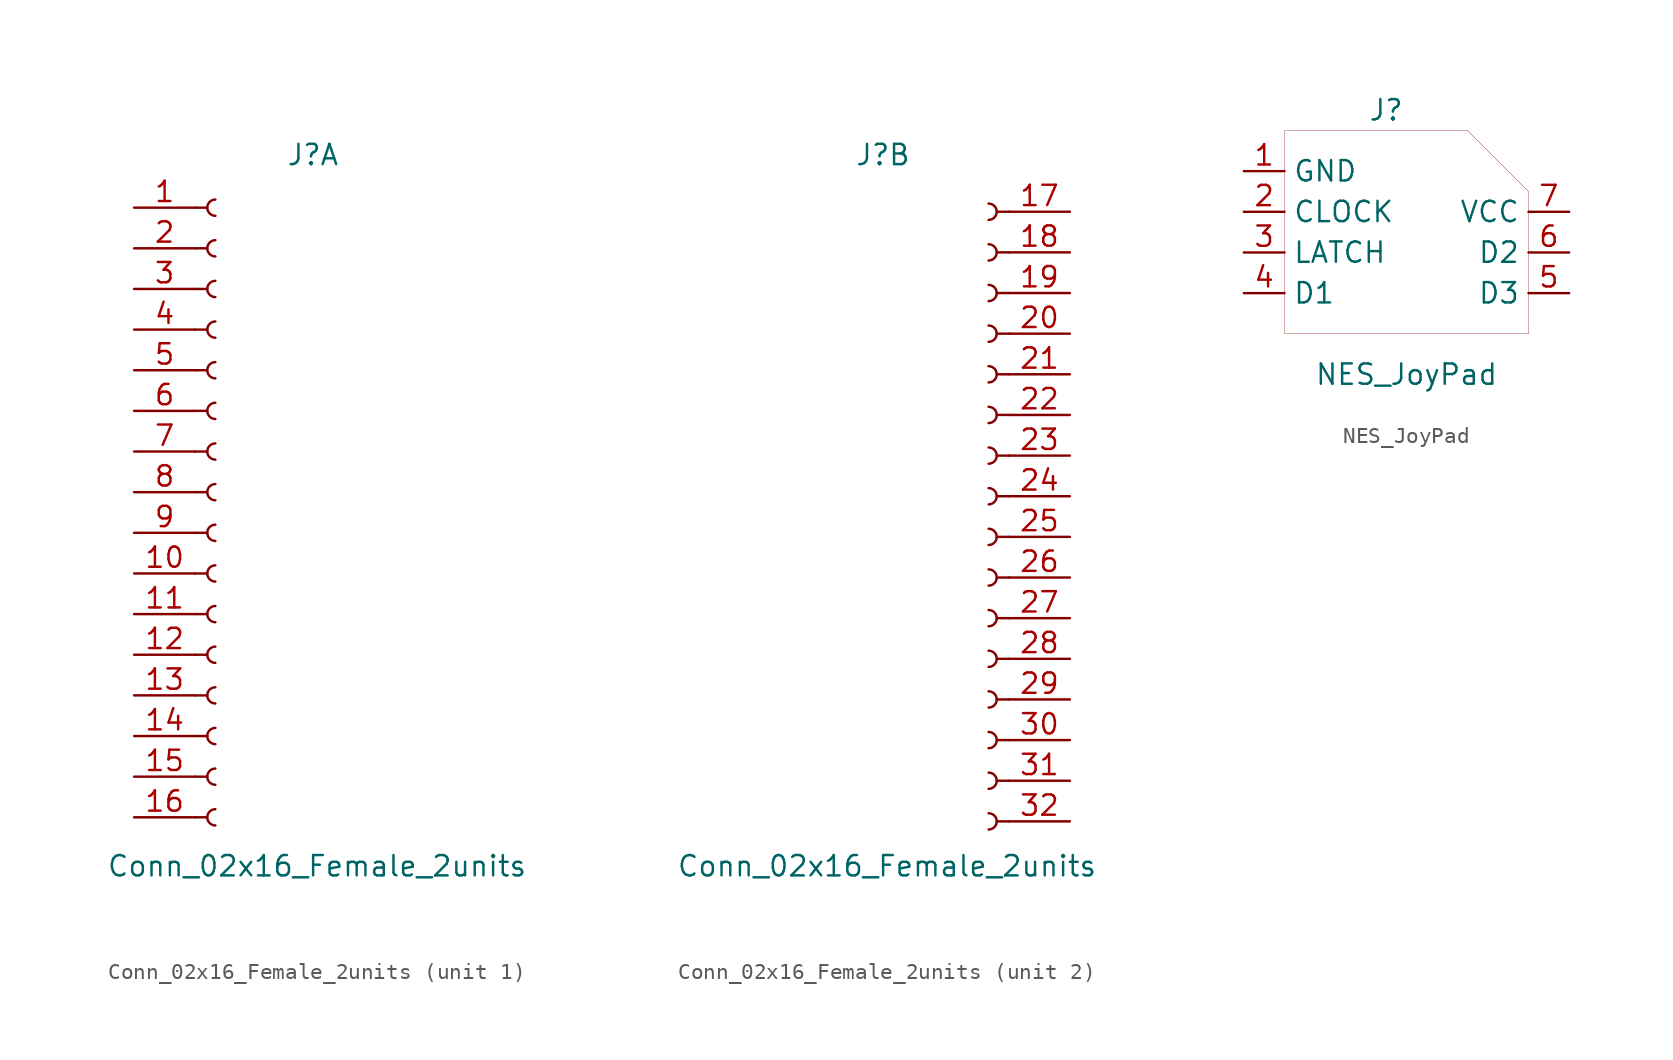
<source format=kicad_sym>
(kicad_symbol_lib
  (version 20201005)
  (generator kicad_symbol_editor)
  (symbol "Connector_TheRLab:Conn_02x16_Female_2units"
    (pin_names hide)
    (property "Reference" "J"
      (at -0.254 20.828 0)
      (effects (font (size 1.27 1.27))))
    (property "Value" "Conn_02x16_Female_2units"
      (at 0 -23.622 0)
      (effects (font (size 1.27 1.27))))
    (symbol "Conn_02x16_Female_2units_1_1"
      (arc (start -6.35 -20.066) (end -6.35 -21.082) (radius (at -6.35 -20.574) (length 0.508) (angles 90.1 -90.1)) (stroke (width 0.1524)) (fill (type none)))
      (arc (start -6.35 -17.526) (end -6.35 -18.542) (radius (at -6.35 -18.034) (length 0.508) (angles 90.1 -90.1)) (stroke (width 0.1524)) (fill (type none)))
      (arc (start -6.35 -14.986) (end -6.35 -16.002) (radius (at -6.35 -15.494) (length 0.508) (angles 90.1 -90.1)) (stroke (width 0.1524)) (fill (type none)))
      (arc (start -6.35 -12.446) (end -6.35 -13.462) (radius (at -6.35 -12.954) (length 0.508) (angles 90.1 -90.1)) (stroke (width 0.1524)) (fill (type none)))
      (arc (start -6.35 -9.906) (end -6.35 -10.922) (radius (at -6.35 -10.414) (length 0.508) (angles 90.1 -90.1)) (stroke (width 0.1524)) (fill (type none)))
      (arc (start -6.35 -7.366) (end -6.35 -8.382) (radius (at -6.35 -7.874) (length 0.508) (angles 90.1 -90.1)) (stroke (width 0.1524)) (fill (type none)))
      (arc (start -6.35 -4.826) (end -6.35 -5.842) (radius (at -6.35 -5.334) (length 0.508) (angles 90.1 -90.1)) (stroke (width 0.1524)) (fill (type none)))
      (arc (start -6.35 -2.286) (end -6.35 -3.302) (radius (at -6.35 -2.794) (length 0.508) (angles 90.1 -90.1)) (stroke (width 0.1524)) (fill (type none)))
      (arc (start -6.35 0.254) (end -6.35 -0.762) (radius (at -6.35 -0.254) (length 0.508) (angles 90.1 -90.1)) (stroke (width 0.1524)) (fill (type none)))
      (arc (start -6.35 2.794) (end -6.35 1.778) (radius (at -6.35 2.286) (length 0.508) (angles 90.1 -90.1)) (stroke (width 0.1524)) (fill (type none)))
      (arc (start -6.35 5.334) (end -6.35 4.318) (radius (at -6.35 4.826) (length 0.508) (angles 90.1 -90.1)) (stroke (width 0.1524)) (fill (type none)))
      (arc (start -6.35 7.874) (end -6.35 6.858) (radius (at -6.35 7.366) (length 0.508) (angles 90.1 -90.1)) (stroke (width 0.1524)) (fill (type none)))
      (arc (start -6.35 10.414) (end -6.35 9.398) (radius (at -6.35 9.906) (length 0.508) (angles 90.1 -90.1)) (stroke (width 0.1524)) (fill (type none)))
      (arc (start -6.35 12.954) (end -6.35 11.938) (radius (at -6.35 12.446) (length 0.508) (angles 90.1 -90.1)) (stroke (width 0.1524)) (fill (type none)))
      (arc (start -6.35 15.494) (end -6.35 14.478) (radius (at -6.35 14.986) (length 0.508) (angles 90.1 -90.1)) (stroke (width 0.1524)) (fill (type none)))
      (arc (start -6.35 18.034) (end -6.35 17.018) (radius (at -6.35 17.526) (length 0.508) (angles 90.1 -90.1)) (stroke (width 0.1524)) (fill (type none)))
      (polyline (pts (xy -7.62 -20.574) (xy -6.858 -20.574)) (stroke (width 0.152)) (fill (type none)))
      (polyline (pts (xy -7.62 -18.034) (xy -6.858 -18.034)) (stroke (width 0.152)) (fill (type none)))
      (polyline (pts (xy -7.62 -15.494) (xy -6.858 -15.494)) (stroke (width 0.152)) (fill (type none)))
      (polyline (pts (xy -7.62 -12.954) (xy -6.858 -12.954)) (stroke (width 0.152)) (fill (type none)))
      (polyline (pts (xy -7.62 -10.414) (xy -6.858 -10.414)) (stroke (width 0.152)) (fill (type none)))
      (polyline (pts (xy -7.62 -7.874) (xy -6.858 -7.874)) (stroke (width 0.152)) (fill (type none)))
      (polyline (pts (xy -7.62 -5.334) (xy -6.858 -5.334)) (stroke (width 0.152)) (fill (type none)))
      (polyline (pts (xy -7.62 -2.794) (xy -6.858 -2.794)) (stroke (width 0.152)) (fill (type none)))
      (polyline (pts (xy -7.62 -0.254) (xy -6.858 -0.254)) (stroke (width 0.152)) (fill (type none)))
      (polyline (pts (xy -7.62 2.286) (xy -6.858 2.286)) (stroke (width 0.152)) (fill (type none)))
      (polyline (pts (xy -7.62 4.826) (xy -6.858 4.826)) (stroke (width 0.152)) (fill (type none)))
      (polyline (pts (xy -7.62 7.366) (xy -6.858 7.366)) (stroke (width 0.152)) (fill (type none)))
      (polyline (pts (xy -7.62 9.906) (xy -6.858 9.906)) (stroke (width 0.152)) (fill (type none)))
      (polyline (pts (xy -7.62 12.446) (xy -6.858 12.446)) (stroke (width 0.152)) (fill (type none)))
      (polyline (pts (xy -7.62 14.986) (xy -6.858 14.986)) (stroke (width 0.152)) (fill (type none)))
      (polyline (pts (xy -7.62 17.526) (xy -6.858 17.526)) (stroke (width 0.152)) (fill (type none)))
      (pin passive line (at -11.43 17.526 0) (length 3.81) (name "Pin_1" (effects (font (size 1.27 1.27)))) (number "1" (effects (font (size 1.27 1.27)))))
      (pin passive line (at -11.43 -5.334 0) (length 3.81) (name "Pin_10" (effects (font (size 1.27 1.27)))) (number "10" (effects (font (size 1.27 1.27)))))
      (pin passive line (at -11.43 -7.874 0) (length 3.81) (name "Pin_11" (effects (font (size 1.27 1.27)))) (number "11" (effects (font (size 1.27 1.27)))))
      (pin passive line (at -11.43 -10.414 0) (length 3.81) (name "Pin_12" (effects (font (size 1.27 1.27)))) (number "12" (effects (font (size 1.27 1.27)))))
      (pin passive line (at -11.43 -12.954 0) (length 3.81) (name "Pin_13" (effects (font (size 1.27 1.27)))) (number "13" (effects (font (size 1.27 1.27)))))
      (pin passive line (at -11.43 -15.494 0) (length 3.81) (name "Pin_14" (effects (font (size 1.27 1.27)))) (number "14" (effects (font (size 1.27 1.27)))))
      (pin passive line (at -11.43 -18.034 0) (length 3.81) (name "Pin_15" (effects (font (size 1.27 1.27)))) (number "15" (effects (font (size 1.27 1.27)))))
      (pin passive line (at -11.43 -20.574 0) (length 3.81) (name "Pin_16" (effects (font (size 1.27 1.27)))) (number "16" (effects (font (size 1.27 1.27)))))
      (pin passive line (at -11.43 14.986 0) (length 3.81) (name "Pin_2" (effects (font (size 1.27 1.27)))) (number "2" (effects (font (size 1.27 1.27)))))
      (pin passive line (at -11.43 12.446 0) (length 3.81) (name "Pin_3" (effects (font (size 1.27 1.27)))) (number "3" (effects (font (size 1.27 1.27)))))
      (pin passive line (at -11.43 9.906 0) (length 3.81) (name "Pin_4" (effects (font (size 1.27 1.27)))) (number "4" (effects (font (size 1.27 1.27)))))
      (pin passive line (at -11.43 7.366 0) (length 3.81) (name "Pin_5" (effects (font (size 1.27 1.27)))) (number "5" (effects (font (size 1.27 1.27)))))
      (pin passive line (at -11.43 4.826 0) (length 3.81) (name "Pin_6" (effects (font (size 1.27 1.27)))) (number "6" (effects (font (size 1.27 1.27)))))
      (pin passive line (at -11.43 2.286 0) (length 3.81) (name "Pin_7" (effects (font (size 1.27 1.27)))) (number "7" (effects (font (size 1.27 1.27)))))
      (pin passive line (at -11.43 -0.254 0) (length 3.81) (name "Pin_8" (effects (font (size 1.27 1.27)))) (number "8" (effects (font (size 1.27 1.27)))))
      (pin passive line (at -11.43 -2.794 0) (length 3.81) (name "Pin_9" (effects (font (size 1.27 1.27)))) (number "9" (effects (font (size 1.27 1.27))))))
    (symbol "Conn_02x16_Female_2units_2_1"
      (arc (start 6.35 -21.336) (end 6.35 -20.32) (radius (at 6.35 -20.828) (length 0.508) (angles -89.9 89.9)) (stroke (width 0.1524)) (fill (type none)))
      (arc (start 6.35 -18.796) (end 6.35 -17.78) (radius (at 6.35 -18.288) (length 0.508) (angles -89.9 89.9)) (stroke (width 0.1524)) (fill (type none)))
      (arc (start 6.35 -16.256) (end 6.35 -15.24) (radius (at 6.35 -15.748) (length 0.508) (angles -89.9 89.9)) (stroke (width 0.1524)) (fill (type none)))
      (arc (start 6.35 -13.716) (end 6.35 -12.7) (radius (at 6.35 -13.208) (length 0.508) (angles -89.9 89.9)) (stroke (width 0.1524)) (fill (type none)))
      (arc (start 6.35 -11.176) (end 6.35 -10.16) (radius (at 6.35 -10.668) (length 0.508) (angles -89.9 89.9)) (stroke (width 0.1524)) (fill (type none)))
      (arc (start 6.35 -8.636) (end 6.35 -7.62) (radius (at 6.35 -8.128) (length 0.508) (angles -89.9 89.9)) (stroke (width 0.1524)) (fill (type none)))
      (arc (start 6.35 -6.096) (end 6.35 -5.08) (radius (at 6.35 -5.588) (length 0.508) (angles -89.9 89.9)) (stroke (width 0.1524)) (fill (type none)))
      (arc (start 6.35 -3.556) (end 6.35 -2.54) (radius (at 6.35 -3.048) (length 0.508) (angles -89.9 89.9)) (stroke (width 0.1524)) (fill (type none)))
      (arc (start 6.35 -1.016) (end 6.35 0) (radius (at 6.35 -0.508) (length 0.508) (angles -89.9 89.9)) (stroke (width 0.1524)) (fill (type none)))
      (arc (start 6.35 1.524) (end 6.35 2.54) (radius (at 6.35 2.032) (length 0.508) (angles -89.9 89.9)) (stroke (width 0.1524)) (fill (type none)))
      (arc (start 6.35 4.064) (end 6.35 5.08) (radius (at 6.35 4.572) (length 0.508) (angles -89.9 89.9)) (stroke (width 0.1524)) (fill (type none)))
      (arc (start 6.35 6.604) (end 6.35 7.62) (radius (at 6.35 7.112) (length 0.508) (angles -89.9 89.9)) (stroke (width 0.1524)) (fill (type none)))
      (arc (start 6.35 9.144) (end 6.35 10.16) (radius (at 6.35 9.652) (length 0.508) (angles -89.9 89.9)) (stroke (width 0.1524)) (fill (type none)))
      (arc (start 6.35 11.684) (end 6.35 12.7) (radius (at 6.35 12.192) (length 0.508) (angles -89.9 89.9)) (stroke (width 0.1524)) (fill (type none)))
      (arc (start 6.35 14.224) (end 6.35 15.24) (radius (at 6.35 14.732) (length 0.508) (angles -89.9 89.9)) (stroke (width 0.1524)) (fill (type none)))
      (arc (start 6.35 16.764) (end 6.35 17.78) (radius (at 6.35 17.272) (length 0.508) (angles -89.9 89.9)) (stroke (width 0.1524)) (fill (type none)))
      (polyline (pts (xy 7.62 -20.828) (xy 6.858 -20.828)) (stroke (width 0.152)) (fill (type none)))
      (polyline (pts (xy 7.62 -18.288) (xy 6.858 -18.288)) (stroke (width 0.152)) (fill (type none)))
      (polyline (pts (xy 7.62 -15.748) (xy 6.858 -15.748)) (stroke (width 0.152)) (fill (type none)))
      (polyline (pts (xy 7.62 -13.208) (xy 6.858 -13.208)) (stroke (width 0.152)) (fill (type none)))
      (polyline (pts (xy 7.62 -10.668) (xy 6.858 -10.668)) (stroke (width 0.152)) (fill (type none)))
      (polyline (pts (xy 7.62 -8.128) (xy 6.858 -8.128)) (stroke (width 0.152)) (fill (type none)))
      (polyline (pts (xy 7.62 -5.588) (xy 6.858 -5.588)) (stroke (width 0.152)) (fill (type none)))
      (polyline (pts (xy 7.62 -3.048) (xy 6.858 -3.048)) (stroke (width 0.152)) (fill (type none)))
      (polyline (pts (xy 7.62 -0.508) (xy 6.858 -0.508)) (stroke (width 0.152)) (fill (type none)))
      (polyline (pts (xy 7.62 2.032) (xy 6.858 2.032)) (stroke (width 0.152)) (fill (type none)))
      (polyline (pts (xy 7.62 4.572) (xy 6.858 4.572)) (stroke (width 0.152)) (fill (type none)))
      (polyline (pts (xy 7.62 7.112) (xy 6.858 7.112)) (stroke (width 0.152)) (fill (type none)))
      (polyline (pts (xy 7.62 9.652) (xy 6.858 9.652)) (stroke (width 0.152)) (fill (type none)))
      (polyline (pts (xy 7.62 12.192) (xy 6.858 12.192)) (stroke (width 0.152)) (fill (type none)))
      (polyline (pts (xy 7.62 14.732) (xy 6.858 14.732)) (stroke (width 0.152)) (fill (type none)))
      (polyline (pts (xy 7.62 17.272) (xy 6.858 17.272)) (stroke (width 0.152)) (fill (type none)))
      (pin passive line (at 11.43 17.272 180) (length 3.81) (name "Pin_17" (effects (font (size 1.27 1.27)))) (number "17" (effects (font (size 1.27 1.27)))))
      (pin passive line (at 11.43 -5.588 180) (length 3.81) (name "Pin_26" (effects (font (size 1.27 1.27)))) (number "26" (effects (font (size 1.27 1.27)))))
      (pin passive line (at 11.43 -8.128 180) (length 3.81) (name "Pin_27" (effects (font (size 1.27 1.27)))) (number "27" (effects (font (size 1.27 1.27)))))
      (pin passive line (at 11.43 -10.668 180) (length 3.81) (name "Pin_28" (effects (font (size 1.27 1.27)))) (number "28" (effects (font (size 1.27 1.27)))))
      (pin passive line (at 11.43 -13.208 180) (length 3.81) (name "Pin_29" (effects (font (size 1.27 1.27)))) (number "29" (effects (font (size 1.27 1.27)))))
      (pin passive line (at 11.43 -15.748 180) (length 3.81) (name "Pin_30" (effects (font (size 1.27 1.27)))) (number "30" (effects (font (size 1.27 1.27)))))
      (pin passive line (at 11.43 -18.288 180) (length 3.81) (name "Pin_31" (effects (font (size 1.27 1.27)))) (number "31" (effects (font (size 1.27 1.27)))))
      (pin passive line (at 11.43 -20.828 180) (length 3.81) (name "Pin_32" (effects (font (size 1.27 1.27)))) (number "32" (effects (font (size 1.27 1.27)))))
      (pin passive line (at 11.43 14.732 180) (length 3.81) (name "Pin_18" (effects (font (size 1.27 1.27)))) (number "18" (effects (font (size 1.27 1.27)))))
      (pin passive line (at 11.43 12.192 180) (length 3.81) (name "Pin_19" (effects (font (size 1.27 1.27)))) (number "19" (effects (font (size 1.27 1.27)))))
      (pin passive line (at 11.43 9.652 180) (length 3.81) (name "Pin_20" (effects (font (size 1.27 1.27)))) (number "20" (effects (font (size 1.27 1.27)))))
      (pin passive line (at 11.43 7.112 180) (length 3.81) (name "Pin_21" (effects (font (size 1.27 1.27)))) (number "21" (effects (font (size 1.27 1.27)))))
      (pin passive line (at 11.43 4.572 180) (length 3.81) (name "Pin_22" (effects (font (size 1.27 1.27)))) (number "22" (effects (font (size 1.27 1.27)))))
      (pin passive line (at 11.43 2.032 180) (length 3.81) (name "Pin_23" (effects (font (size 1.27 1.27)))) (number "23" (effects (font (size 1.27 1.27)))))
      (pin passive line (at 11.43 -0.508 180) (length 3.81) (name "Pin_24" (effects (font (size 1.27 1.27)))) (number "24" (effects (font (size 1.27 1.27)))))
      (pin passive line (at 11.43 -3.048 180) (length 3.81) (name "Pin_25" (effects (font (size 1.27 1.27)))) (number "25" (effects (font (size 1.27 1.27)))))))
  (symbol "Connector_TheRLab:NES_JoyPad"
    (property "Reference" "J"
      (at -1.27 7.62 0)
      (effects (font (size 1.27 1.27))))
    (property "Value" "NES_JoyPad"
      (at 0 -8.89 0)
      (effects (font (size 1.27 1.27))))
    (symbol "NES_JoyPad_0_1"
      (polyline (pts (xy -7.62 6.35) (xy -7.62 -6.35) (xy 7.62 -6.35) (xy 7.62 2.54) (xy 3.81 6.35) (xy -7.62 6.35)) (stroke (width 0.001)) (fill (type none))))
    (symbol "NES_JoyPad_1_1"
      (pin power_in line (at 10.16 1.27 180) (length 2.54) (name "VCC" (effects (font (size 1.27 1.27)))) (number "7" (effects (font (size 1.27 1.27)))))
      (pin power_in line (at -10.16 3.81 0) (length 2.54) (name "GND" (effects (font (size 1.27 1.27)))) (number "1" (effects (font (size 1.27 1.27)))))
      (pin input line (at -10.16 1.27 0) (length 2.54) (name "CLOCK" (effects (font (size 1.27 1.27)))) (number "2" (effects (font (size 1.27 1.27)))))
      (pin input line (at -10.16 -1.27 0) (length 2.54) (name "LATCH" (effects (font (size 1.27 1.27)))) (number "3" (effects (font (size 1.27 1.27)))))
      (pin output line (at -10.16 -3.81 0) (length 2.54) (name "D1" (effects (font (size 1.27 1.27)))) (number "4" (effects (font (size 1.27 1.27)))))
      (pin output line (at 10.16 -1.27 180) (length 2.54) (name "D2" (effects (font (size 1.27 1.27)))) (number "6" (effects (font (size 1.27 1.27)))))
      (pin output line (at 10.16 -3.81 180) (length 2.54) (name "D3" (effects (font (size 1.27 1.27)))) (number "5" (effects (font (size 1.27 1.27))))))))
</source>
